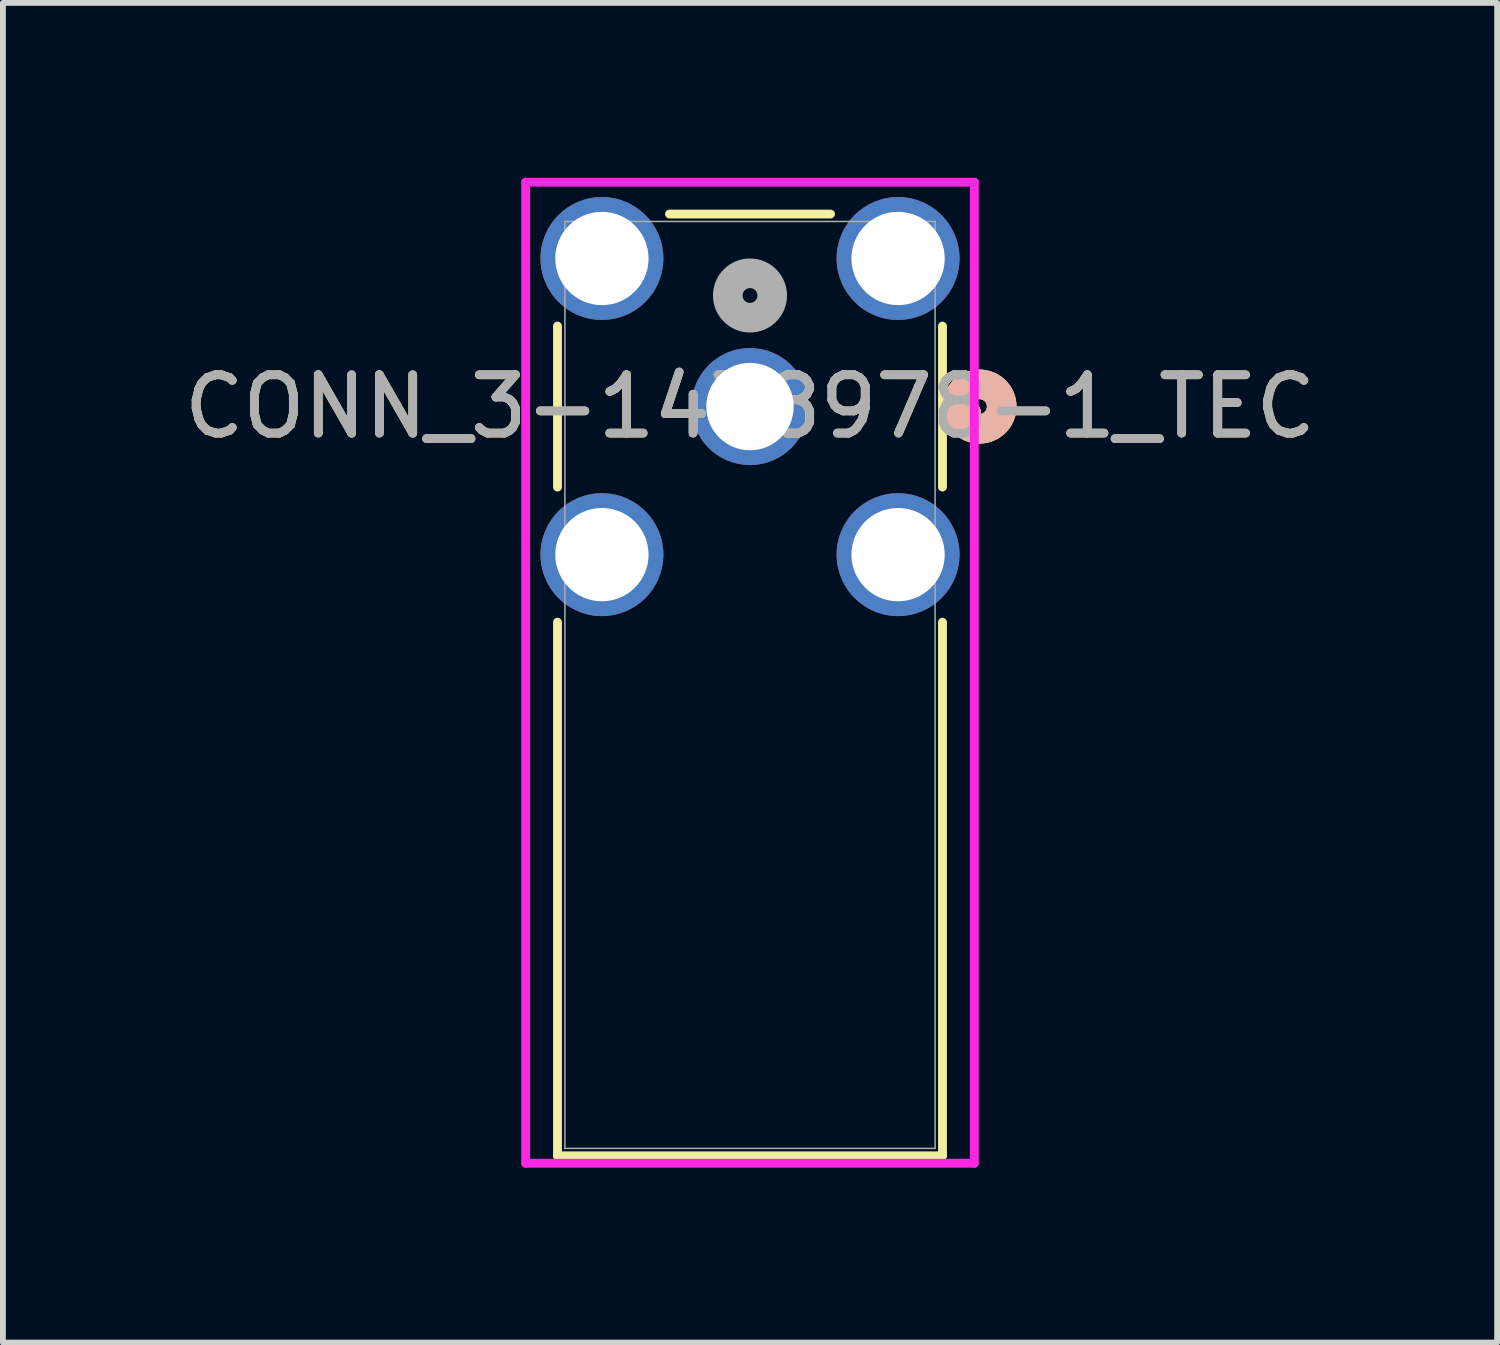
<source format=kicad_pcb>
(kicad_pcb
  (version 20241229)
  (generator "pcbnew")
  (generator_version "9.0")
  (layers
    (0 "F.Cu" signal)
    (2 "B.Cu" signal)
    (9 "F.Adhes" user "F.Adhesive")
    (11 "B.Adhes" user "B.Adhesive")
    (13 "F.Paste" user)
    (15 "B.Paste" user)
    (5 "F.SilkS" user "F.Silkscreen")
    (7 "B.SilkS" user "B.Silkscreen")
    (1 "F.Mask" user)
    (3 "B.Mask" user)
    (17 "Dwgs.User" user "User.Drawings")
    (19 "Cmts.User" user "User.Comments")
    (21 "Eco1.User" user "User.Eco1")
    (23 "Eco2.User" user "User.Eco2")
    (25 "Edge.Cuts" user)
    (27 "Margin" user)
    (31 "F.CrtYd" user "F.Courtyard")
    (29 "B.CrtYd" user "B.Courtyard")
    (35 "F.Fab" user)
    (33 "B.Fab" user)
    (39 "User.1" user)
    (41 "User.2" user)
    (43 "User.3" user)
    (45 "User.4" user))
  (footprint "CONN_3-1478978-1_TEC"
    (layer "F.Cu")
    (at 9.815 3.924)
    (property "Reference" "CONN_3-1478978-1_TEC" (at 0 0 0) (unlocked yes) (layer "F.SilkS") (effects (font (size 1 1) (thickness 0.15))))
    (attr through_hole)
    (fp_line (start -3.302 -1.381) (end -3.302 1.381) (stroke (width 0.152) (type solid)) (layer "F.SilkS"))
    (fp_line (start -3.302 3.699) (end -3.302 12.852) (stroke (width 0.152) (type solid)) (layer "F.SilkS"))
    (fp_line (start -3.302 12.852) (end 3.302 12.852) (stroke (width 0.152) (type solid)) (layer "F.SilkS"))
    (fp_line (start 1.381 -3.302) (end -1.381 -3.302) (stroke (width 0.152) (type solid)) (layer "F.SilkS"))
    (fp_line (start 3.302 1.381) (end 3.302 -1.381) (stroke (width 0.152) (type solid)) (layer "F.SilkS"))
    (fp_line (start 3.302 12.852) (end 3.302 3.699) (stroke (width 0.152) (type solid)) (layer "F.SilkS"))
    (fp_circle (center 3.937 0) (end 4.318 0) (stroke (width 0.508) (type solid)) (fill no) (layer "F.SilkS"))
    (fp_circle (center 3.937 0) (end 4.318 0) (stroke (width 0.508) (type solid)) (fill no) (layer "B.SilkS"))
    (fp_line (start -3.848 -3.848) (end -3.848 12.979) (stroke (width 0.152) (type solid)) (layer "F.CrtYd"))
    (fp_line (start -3.848 12.979) (end 3.848 12.979) (stroke (width 0.152) (type solid)) (layer "F.CrtYd"))
    (fp_line (start 3.848 -3.848) (end -3.848 -3.848) (stroke (width 0.152) (type solid)) (layer "F.CrtYd"))
    (fp_line (start 3.848 12.979) (end 3.848 -3.848) (stroke (width 0.152) (type solid)) (layer "F.CrtYd"))
    (fp_line (start -3.175 -3.175) (end -3.175 12.725) (stroke (width 0.025) (type solid)) (layer "F.Fab"))
    (fp_line (start -3.175 12.725) (end 3.175 12.725) (stroke (width 0.025) (type solid)) (layer "F.Fab"))
    (fp_line (start 3.175 -3.175) (end -3.175 -3.175) (stroke (width 0.025) (type solid)) (layer "F.Fab"))
    (fp_line (start 3.175 12.725) (end 3.175 -3.175) (stroke (width 0.025) (type solid)) (layer "F.Fab"))
    (fp_circle (center 0 -1.905) (end 0.381 -1.905) (stroke (width 0.508) (type solid)) (fill no) (layer "F.Fab"))
    (fp_text user "${REFERENCE}" (at 0 0 0) (unlocked yes) (layer "F.Fab") (effects (font (size 1 1) (thickness 0.15))))
    (pad "1" thru_hole circle (at 0 0) (size 2.007 2.007) (drill 1.499) (layers "*.Cu" "*.Mask"))
    (pad "2" thru_hole circle (at -2.54 -2.54) (size 2.108 2.108) (drill 1.6) (layers "*.Cu" "*.Mask"))
    (pad "3" thru_hole circle (at 2.54 -2.54) (size 2.108 2.108) (drill 1.6) (layers "*.Cu" "*.Mask"))
    (pad "4" thru_hole circle (at -2.54 2.54) (size 2.108 2.108) (drill 1.6) (layers "*.Cu" "*.Mask"))
    (pad "5" thru_hole circle (at 2.54 2.54) (size 2.108 2.108) (drill 1.6) (layers "*.Cu" "*.Mask")))
  (gr_rect
    (start -3 -3)
    (end 22.631 19.98)
    (stroke (width 0.1) (type default))
    (fill no)
    (layer "Edge.Cuts")))
</source>
